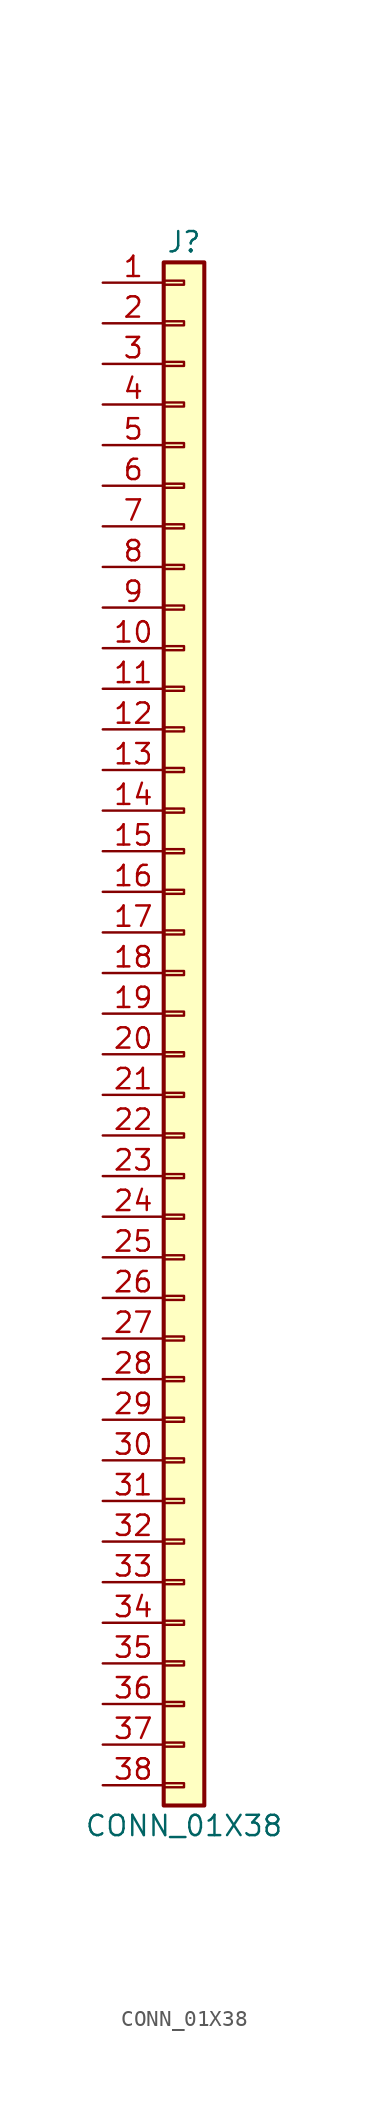
<source format=kicad_sym>
(kicad_symbol_lib
  (version 20211014)
  (generator kicad_symbol_editor)
  (symbol "CONN_01X38"
    (pin_names
      (offset 1.016) hide)
    (property "Reference" "J"
      (at 0 48.26 0)
      (effects (font (size 1.27 1.27))))
    (property "Value" "CONN_01X38"
      (at 0 -50.8 0)
      (effects (font (size 1.27 1.27))))
    (symbol "CONN_01X38_1_1"
      (rectangle (start -1.27 -48.133) (end 0 -48.387) (stroke (width 0.152) (type default) (color 0 0 0 0)) (fill (type none)))
      (rectangle (start -1.27 -45.593) (end 0 -45.847) (stroke (width 0.152) (type default) (color 0 0 0 0)) (fill (type none)))
      (rectangle (start -1.27 -43.053) (end 0 -43.307) (stroke (width 0.152) (type default) (color 0 0 0 0)) (fill (type none)))
      (rectangle (start -1.27 -40.513) (end 0 -40.767) (stroke (width 0.152) (type default) (color 0 0 0 0)) (fill (type none)))
      (rectangle (start -1.27 -37.973) (end 0 -38.227) (stroke (width 0.152) (type default) (color 0 0 0 0)) (fill (type none)))
      (rectangle (start -1.27 -35.433) (end 0 -35.687) (stroke (width 0.152) (type default) (color 0 0 0 0)) (fill (type none)))
      (rectangle (start -1.27 -32.893) (end 0 -33.147) (stroke (width 0.152) (type default) (color 0 0 0 0)) (fill (type none)))
      (rectangle (start -1.27 -30.353) (end 0 -30.607) (stroke (width 0.152) (type default) (color 0 0 0 0)) (fill (type none)))
      (rectangle (start -1.27 -27.813) (end 0 -28.067) (stroke (width 0.152) (type default) (color 0 0 0 0)) (fill (type none)))
      (rectangle (start -1.27 -25.273) (end 0 -25.527) (stroke (width 0.152) (type default) (color 0 0 0 0)) (fill (type none)))
      (rectangle (start -1.27 -22.733) (end 0 -22.987) (stroke (width 0.152) (type default) (color 0 0 0 0)) (fill (type none)))
      (rectangle (start -1.27 -20.193) (end 0 -20.447) (stroke (width 0.152) (type default) (color 0 0 0 0)) (fill (type none)))
      (rectangle (start -1.27 -17.653) (end 0 -17.907) (stroke (width 0.152) (type default) (color 0 0 0 0)) (fill (type none)))
      (rectangle (start -1.27 -15.113) (end 0 -15.367) (stroke (width 0.152) (type default) (color 0 0 0 0)) (fill (type none)))
      (rectangle (start -1.27 -12.573) (end 0 -12.827) (stroke (width 0.152) (type default) (color 0 0 0 0)) (fill (type none)))
      (rectangle (start -1.27 -10.033) (end 0 -10.287) (stroke (width 0.152) (type default) (color 0 0 0 0)) (fill (type none)))
      (rectangle (start -1.27 -7.493) (end 0 -7.747) (stroke (width 0.152) (type default) (color 0 0 0 0)) (fill (type none)))
      (rectangle (start -1.27 -4.953) (end 0 -5.207) (stroke (width 0.152) (type default) (color 0 0 0 0)) (fill (type none)))
      (rectangle (start -1.27 -2.413) (end 0 -2.667) (stroke (width 0.152) (type default) (color 0 0 0 0)) (fill (type none)))
      (rectangle (start -1.27 0.127) (end 0 -0.127) (stroke (width 0.152) (type default) (color 0 0 0 0)) (fill (type none)))
      (rectangle (start -1.27 2.667) (end 0 2.413) (stroke (width 0.152) (type default) (color 0 0 0 0)) (fill (type none)))
      (rectangle (start -1.27 5.207) (end 0 4.953) (stroke (width 0.152) (type default) (color 0 0 0 0)) (fill (type none)))
      (rectangle (start -1.27 7.747) (end 0 7.493) (stroke (width 0.152) (type default) (color 0 0 0 0)) (fill (type none)))
      (rectangle (start -1.27 10.287) (end 0 10.033) (stroke (width 0.152) (type default) (color 0 0 0 0)) (fill (type none)))
      (rectangle (start -1.27 12.827) (end 0 12.573) (stroke (width 0.152) (type default) (color 0 0 0 0)) (fill (type none)))
      (rectangle (start -1.27 15.367) (end 0 15.113) (stroke (width 0.152) (type default) (color 0 0 0 0)) (fill (type none)))
      (rectangle (start -1.27 17.907) (end 0 17.653) (stroke (width 0.152) (type default) (color 0 0 0 0)) (fill (type none)))
      (rectangle (start -1.27 20.447) (end 0 20.193) (stroke (width 0.152) (type default) (color 0 0 0 0)) (fill (type none)))
      (rectangle (start -1.27 22.987) (end 0 22.733) (stroke (width 0.152) (type default) (color 0 0 0 0)) (fill (type none)))
      (rectangle (start -1.27 25.527) (end 0 25.273) (stroke (width 0.152) (type default) (color 0 0 0 0)) (fill (type none)))
      (rectangle (start -1.27 28.067) (end 0 27.813) (stroke (width 0.152) (type default) (color 0 0 0 0)) (fill (type none)))
      (rectangle (start -1.27 30.607) (end 0 30.353) (stroke (width 0.152) (type default) (color 0 0 0 0)) (fill (type none)))
      (rectangle (start -1.27 33.147) (end 0 32.893) (stroke (width 0.152) (type default) (color 0 0 0 0)) (fill (type none)))
      (rectangle (start -1.27 35.687) (end 0 35.433) (stroke (width 0.152) (type default) (color 0 0 0 0)) (fill (type none)))
      (rectangle (start -1.27 38.227) (end 0 37.973) (stroke (width 0.152) (type default) (color 0 0 0 0)) (fill (type none)))
      (rectangle (start -1.27 40.767) (end 0 40.513) (stroke (width 0.152) (type default) (color 0 0 0 0)) (fill (type none)))
      (rectangle (start -1.27 43.307) (end 0 43.053) (stroke (width 0.152) (type default) (color 0 0 0 0)) (fill (type none)))
      (rectangle (start -1.27 45.847) (end 0 45.593) (stroke (width 0.152) (type default) (color 0 0 0 0)) (fill (type none)))
      (rectangle (start -1.27 46.99) (end 1.27 -49.53) (stroke (width 0.254) (type default) (color 0 0 0 0)) (fill (type background)))
      (pin passive line (at -5.08 45.72 0) (length 3.81) (name "Pin_1" (effects (font (size 1.27 1.27)))) (number "1" (effects (font (size 1.27 1.27)))))
      (pin passive line (at -5.08 22.86 0) (length 3.81) (name "Pin_10" (effects (font (size 1.27 1.27)))) (number "10" (effects (font (size 1.27 1.27)))))
      (pin passive line (at -5.08 20.32 0) (length 3.81) (name "Pin_11" (effects (font (size 1.27 1.27)))) (number "11" (effects (font (size 1.27 1.27)))))
      (pin passive line (at -5.08 17.78 0) (length 3.81) (name "Pin_12" (effects (font (size 1.27 1.27)))) (number "12" (effects (font (size 1.27 1.27)))))
      (pin passive line (at -5.08 15.24 0) (length 3.81) (name "Pin_13" (effects (font (size 1.27 1.27)))) (number "13" (effects (font (size 1.27 1.27)))))
      (pin passive line (at -5.08 12.7 0) (length 3.81) (name "Pin_14" (effects (font (size 1.27 1.27)))) (number "14" (effects (font (size 1.27 1.27)))))
      (pin passive line (at -5.08 10.16 0) (length 3.81) (name "Pin_15" (effects (font (size 1.27 1.27)))) (number "15" (effects (font (size 1.27 1.27)))))
      (pin passive line (at -5.08 7.62 0) (length 3.81) (name "Pin_16" (effects (font (size 1.27 1.27)))) (number "16" (effects (font (size 1.27 1.27)))))
      (pin passive line (at -5.08 5.08 0) (length 3.81) (name "Pin_17" (effects (font (size 1.27 1.27)))) (number "17" (effects (font (size 1.27 1.27)))))
      (pin passive line (at -5.08 2.54 0) (length 3.81) (name "Pin_18" (effects (font (size 1.27 1.27)))) (number "18" (effects (font (size 1.27 1.27)))))
      (pin passive line (at -5.08 0 0) (length 3.81) (name "Pin_19" (effects (font (size 1.27 1.27)))) (number "19" (effects (font (size 1.27 1.27)))))
      (pin passive line (at -5.08 43.18 0) (length 3.81) (name "Pin_2" (effects (font (size 1.27 1.27)))) (number "2" (effects (font (size 1.27 1.27)))))
      (pin passive line (at -5.08 -2.54 0) (length 3.81) (name "Pin_20" (effects (font (size 1.27 1.27)))) (number "20" (effects (font (size 1.27 1.27)))))
      (pin passive line (at -5.08 -5.08 0) (length 3.81) (name "Pin_21" (effects (font (size 1.27 1.27)))) (number "21" (effects (font (size 1.27 1.27)))))
      (pin passive line (at -5.08 -7.62 0) (length 3.81) (name "Pin_22" (effects (font (size 1.27 1.27)))) (number "22" (effects (font (size 1.27 1.27)))))
      (pin passive line (at -5.08 -10.16 0) (length 3.81) (name "Pin_23" (effects (font (size 1.27 1.27)))) (number "23" (effects (font (size 1.27 1.27)))))
      (pin passive line (at -5.08 -12.7 0) (length 3.81) (name "Pin_24" (effects (font (size 1.27 1.27)))) (number "24" (effects (font (size 1.27 1.27)))))
      (pin passive line (at -5.08 -15.24 0) (length 3.81) (name "Pin_25" (effects (font (size 1.27 1.27)))) (number "25" (effects (font (size 1.27 1.27)))))
      (pin passive line (at -5.08 -17.78 0) (length 3.81) (name "Pin_26" (effects (font (size 1.27 1.27)))) (number "26" (effects (font (size 1.27 1.27)))))
      (pin passive line (at -5.08 -20.32 0) (length 3.81) (name "Pin_27" (effects (font (size 1.27 1.27)))) (number "27" (effects (font (size 1.27 1.27)))))
      (pin passive line (at -5.08 -22.86 0) (length 3.81) (name "Pin_28" (effects (font (size 1.27 1.27)))) (number "28" (effects (font (size 1.27 1.27)))))
      (pin passive line (at -5.08 -25.4 0) (length 3.81) (name "Pin_29" (effects (font (size 1.27 1.27)))) (number "29" (effects (font (size 1.27 1.27)))))
      (pin passive line (at -5.08 40.64 0) (length 3.81) (name "Pin_3" (effects (font (size 1.27 1.27)))) (number "3" (effects (font (size 1.27 1.27)))))
      (pin passive line (at -5.08 -27.94 0) (length 3.81) (name "Pin_30" (effects (font (size 1.27 1.27)))) (number "30" (effects (font (size 1.27 1.27)))))
      (pin passive line (at -5.08 -30.48 0) (length 3.81) (name "Pin_31" (effects (font (size 1.27 1.27)))) (number "31" (effects (font (size 1.27 1.27)))))
      (pin passive line (at -5.08 -33.02 0) (length 3.81) (name "Pin_32" (effects (font (size 1.27 1.27)))) (number "32" (effects (font (size 1.27 1.27)))))
      (pin passive line (at -5.08 -35.56 0) (length 3.81) (name "Pin_33" (effects (font (size 1.27 1.27)))) (number "33" (effects (font (size 1.27 1.27)))))
      (pin passive line (at -5.08 -38.1 0) (length 3.81) (name "Pin_34" (effects (font (size 1.27 1.27)))) (number "34" (effects (font (size 1.27 1.27)))))
      (pin passive line (at -5.08 -40.64 0) (length 3.81) (name "Pin_35" (effects (font (size 1.27 1.27)))) (number "35" (effects (font (size 1.27 1.27)))))
      (pin passive line (at -5.08 -43.18 0) (length 3.81) (name "Pin_36" (effects (font (size 1.27 1.27)))) (number "36" (effects (font (size 1.27 1.27)))))
      (pin passive line (at -5.08 -45.72 0) (length 3.81) (name "Pin_37" (effects (font (size 1.27 1.27)))) (number "37" (effects (font (size 1.27 1.27)))))
      (pin passive line (at -5.08 -48.26 0) (length 3.81) (name "Pin_38" (effects (font (size 1.27 1.27)))) (number "38" (effects (font (size 1.27 1.27)))))
      (pin passive line (at -5.08 38.1 0) (length 3.81) (name "Pin_4" (effects (font (size 1.27 1.27)))) (number "4" (effects (font (size 1.27 1.27)))))
      (pin passive line (at -5.08 35.56 0) (length 3.81) (name "Pin_5" (effects (font (size 1.27 1.27)))) (number "5" (effects (font (size 1.27 1.27)))))
      (pin passive line (at -5.08 33.02 0) (length 3.81) (name "Pin_6" (effects (font (size 1.27 1.27)))) (number "6" (effects (font (size 1.27 1.27)))))
      (pin passive line (at -5.08 30.48 0) (length 3.81) (name "Pin_7" (effects (font (size 1.27 1.27)))) (number "7" (effects (font (size 1.27 1.27)))))
      (pin passive line (at -5.08 27.94 0) (length 3.81) (name "Pin_8" (effects (font (size 1.27 1.27)))) (number "8" (effects (font (size 1.27 1.27)))))
      (pin passive line (at -5.08 25.4 0) (length 3.81) (name "Pin_9" (effects (font (size 1.27 1.27)))) (number "9" (effects (font (size 1.27 1.27))))))))
</source>
